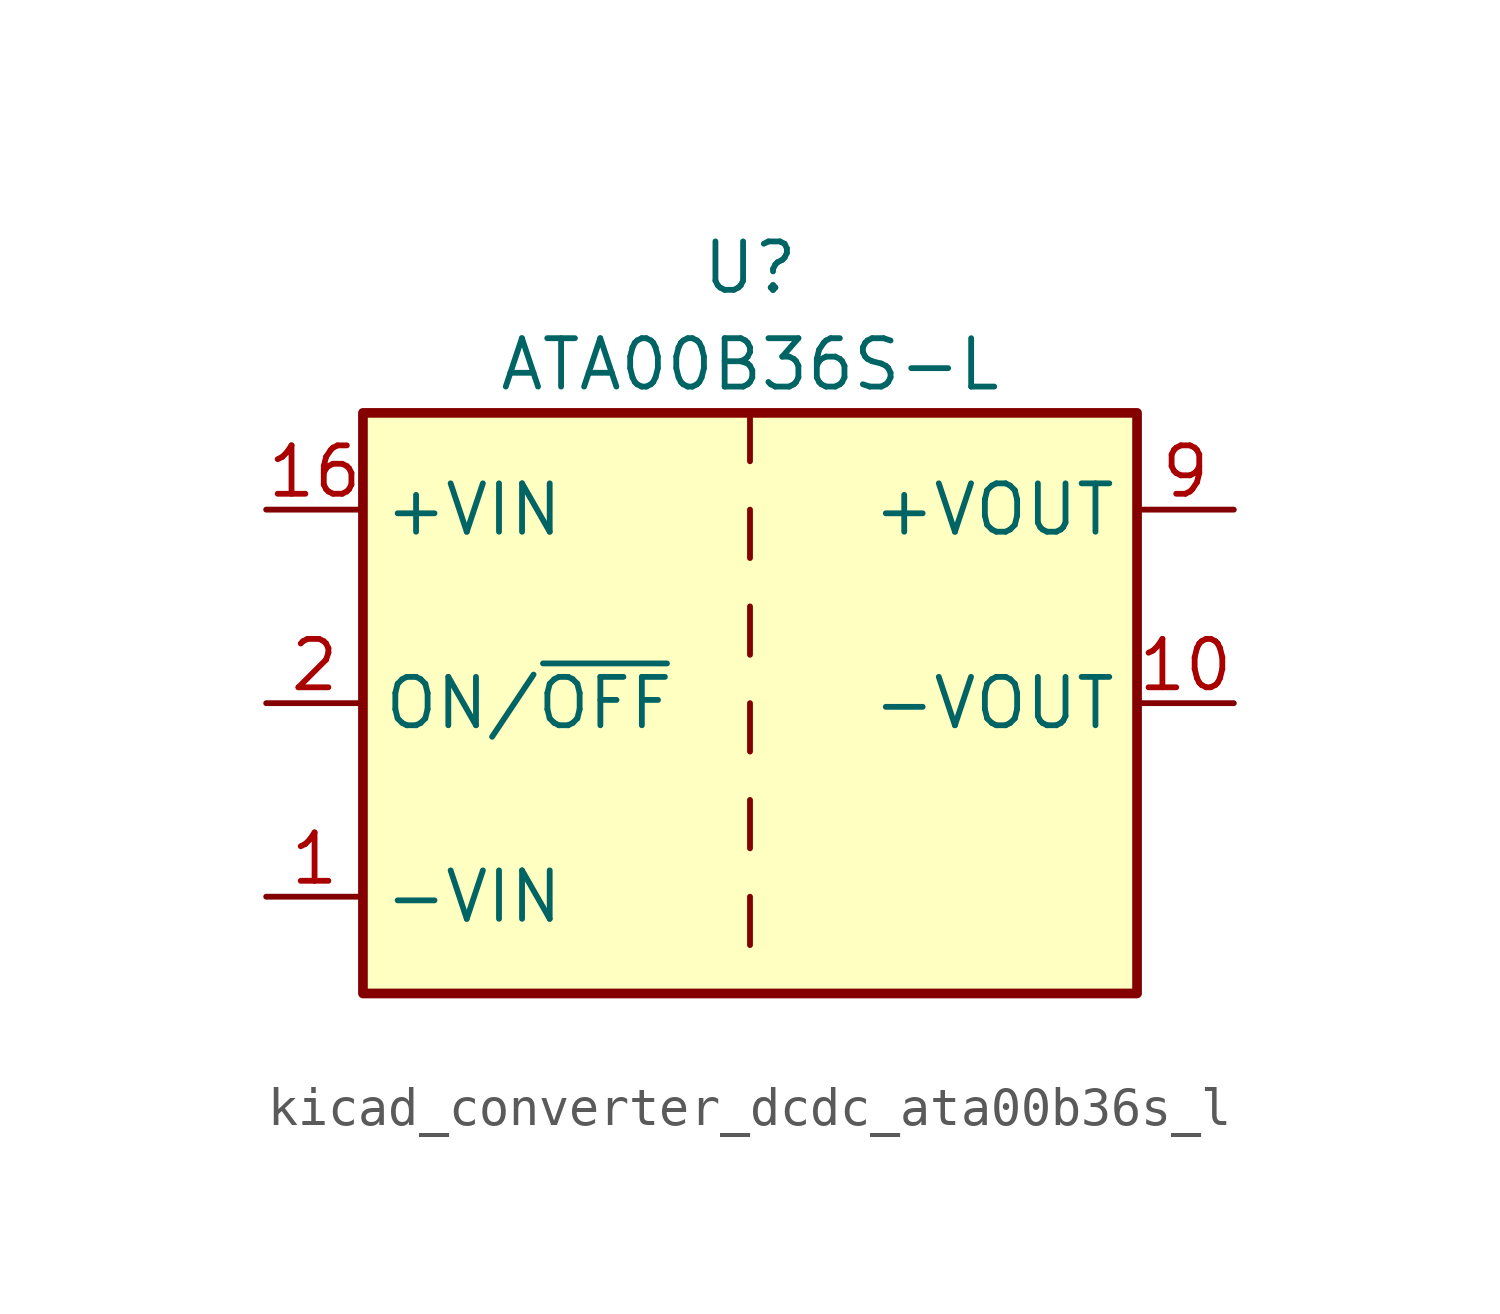
<source format=kicad_sym>
(kicad_symbol_lib
  (version 20220914)
  (generator kicad_symbol_editor)
  (symbol "kicad_converter_dcdc_ata00b36s_l"
    (property "Reference" "U"
      (at 0 11.43 0)
      (effects (font (size 1.27 1.27))))
    (property "Value" "ATA00B36S-L"
      (at 0 8.89 0)
      (effects (font (size 1.27 1.27))))
    (symbol "kicad_converter_dcdc_ata00b36s_l_0_1"
      (rectangle (start -10.16 7.62) (end 10.16 -7.62) (stroke (width 0.254) (type default)) (fill (type background)))
      (polyline (pts (xy 0 -5.08) (xy 0 -6.35)) (stroke (width 0) (type default)) (fill (type none)))
      (polyline (pts (xy 0 -2.54) (xy 0 -3.81)) (stroke (width 0) (type default)) (fill (type none)))
      (polyline (pts (xy 0 0) (xy 0 -1.27)) (stroke (width 0) (type default)) (fill (type none)))
      (polyline (pts (xy 0 2.54) (xy 0 1.27)) (stroke (width 0) (type default)) (fill (type none)))
      (polyline (pts (xy 0 5.08) (xy 0 3.81)) (stroke (width 0) (type default)) (fill (type none)))
      (polyline (pts (xy 0 7.62) (xy 0 6.35)) (stroke (width 0) (type default)) (fill (type none))))
    (symbol "kicad_converter_dcdc_ata00b36s_l_1_1"
      (pin power_in line (at -12.7 -5.08 0) (length 2.54) (name "-VIN" (effects (font (size 1.27 1.27)))) (number "1" (effects (font (size 1.27 1.27)))))
      (pin power_out line (at 12.7 0 180) (length 2.54) (name "-VOUT" (effects (font (size 1.27 1.27)))) (number "10" (effects (font (size 1.27 1.27)))))
      (pin power_in line (at -12.7 5.08 0) (length 2.54) (name "+VIN" (effects (font (size 1.27 1.27)))) (number "16" (effects (font (size 1.27 1.27)))))
      (pin input line (at -12.7 0 0) (length 2.54) (name "ON/~{OFF}" (effects (font (size 1.27 1.27)))) (number "2" (effects (font (size 1.27 1.27)))))
      (pin no_connect line (at 10.16 -2.54 180) (length 2.54) hide (name "NC" (effects (font (size 1.27 1.27)))) (number "7" (effects (font (size 1.27 1.27)))))
      (pin no_connect line (at 10.16 -5.08 180) (length 2.54) hide (name "NC" (effects (font (size 1.27 1.27)))) (number "8" (effects (font (size 1.27 1.27)))))
      (pin power_out line (at 12.7 5.08 180) (length 2.54) (name "+VOUT" (effects (font (size 1.27 1.27)))) (number "9" (effects (font (size 1.27 1.27))))))))
</source>
